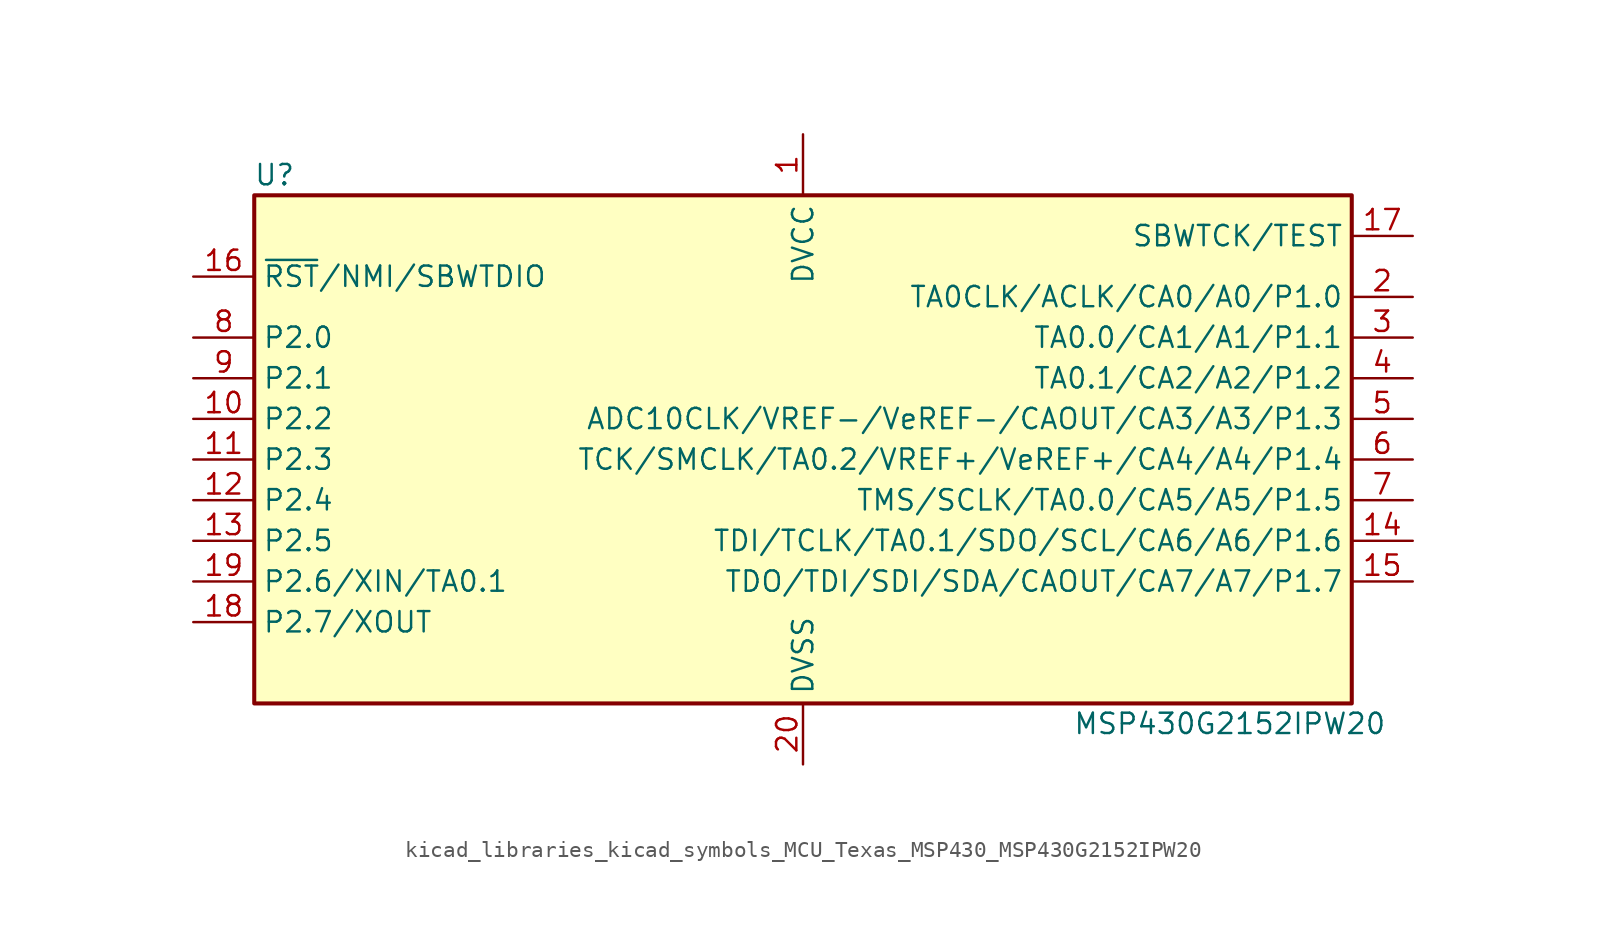
<source format=kicad_sym>
(kicad_symbol_lib
  (version 20220914)
  (generator kicad_symbol_editor)
  (symbol "kicad_libraries_kicad_symbols_MCU_Texas_MSP430_MSP430G2152IPW20"
    (property "Reference" "U"
      (at -33.02 17.78 0)
      (effects (font (size 1.27 1.27))))
    (property "Value" "MSP430G2152IPW20"
      (at 26.67 -16.51 0)
      (effects (font (size 1.27 1.27))))
    (symbol "kicad_libraries_kicad_symbols_MCU_Texas_MSP430_MSP430G2152IPW20_0_1"
      (rectangle (start -34.29 16.51) (end 34.29 -15.24) (stroke (width 0.254) (type default)) (fill (type background))))
    (symbol "kicad_libraries_kicad_symbols_MCU_Texas_MSP430_MSP430G2152IPW20_1_1"
      (pin power_in line (at 0 20.32 270) (length 3.81) (name "DVCC" (effects (font (size 1.27 1.27)))) (number "1" (effects (font (size 1.27 1.27)))))
      (pin bidirectional line (at -38.1 2.54 0) (length 3.81) (name "P2.2" (effects (font (size 1.27 1.27)))) (number "10" (effects (font (size 1.27 1.27)))))
      (pin bidirectional line (at -38.1 0 0) (length 3.81) (name "P2.3" (effects (font (size 1.27 1.27)))) (number "11" (effects (font (size 1.27 1.27)))))
      (pin bidirectional line (at -38.1 -2.54 0) (length 3.81) (name "P2.4" (effects (font (size 1.27 1.27)))) (number "12" (effects (font (size 1.27 1.27)))))
      (pin bidirectional line (at -38.1 -5.08 0) (length 3.81) (name "P2.5" (effects (font (size 1.27 1.27)))) (number "13" (effects (font (size 1.27 1.27)))))
      (pin bidirectional line (at 38.1 -5.08 180) (length 3.81) (name "TDI/TCLK/TA0.1/SDO/SCL/CA6/A6/P1.6" (effects (font (size 1.27 1.27)))) (number "14" (effects (font (size 1.27 1.27)))))
      (pin bidirectional line (at 38.1 -7.62 180) (length 3.81) (name "TDO/TDI/SDI/SDA/CAOUT/CA7/A7/P1.7" (effects (font (size 1.27 1.27)))) (number "15" (effects (font (size 1.27 1.27)))))
      (pin input line (at -38.1 11.43 0) (length 3.81) (name "~{RST}/NMI/SBWTDIO" (effects (font (size 1.27 1.27)))) (number "16" (effects (font (size 1.27 1.27)))))
      (pin input line (at 38.1 13.97 180) (length 3.81) (name "SBWTCK/TEST" (effects (font (size 1.27 1.27)))) (number "17" (effects (font (size 1.27 1.27)))))
      (pin bidirectional line (at -38.1 -10.16 0) (length 3.81) (name "P2.7/XOUT" (effects (font (size 1.27 1.27)))) (number "18" (effects (font (size 1.27 1.27)))))
      (pin bidirectional line (at -38.1 -7.62 0) (length 3.81) (name "P2.6/XIN/TA0.1" (effects (font (size 1.27 1.27)))) (number "19" (effects (font (size 1.27 1.27)))))
      (pin bidirectional line (at 38.1 10.16 180) (length 3.81) (name "TA0CLK/ACLK/CA0/A0/P1.0" (effects (font (size 1.27 1.27)))) (number "2" (effects (font (size 1.27 1.27)))))
      (pin power_in line (at 0 -19.05 90) (length 3.81) (name "DVSS" (effects (font (size 1.27 1.27)))) (number "20" (effects (font (size 1.27 1.27)))))
      (pin bidirectional line (at 38.1 7.62 180) (length 3.81) (name "TA0.0/CA1/A1/P1.1" (effects (font (size 1.27 1.27)))) (number "3" (effects (font (size 1.27 1.27)))))
      (pin bidirectional line (at 38.1 5.08 180) (length 3.81) (name "TA0.1/CA2/A2/P1.2" (effects (font (size 1.27 1.27)))) (number "4" (effects (font (size 1.27 1.27)))))
      (pin bidirectional line (at 38.1 2.54 180) (length 3.81) (name "ADC10CLK/VREF-/VeREF-/CAOUT/CA3/A3/P1.3" (effects (font (size 1.27 1.27)))) (number "5" (effects (font (size 1.27 1.27)))))
      (pin bidirectional line (at 38.1 0 180) (length 3.81) (name "TCK/SMCLK/TA0.2/VREF+/VeREF+/CA4/A4/P1.4" (effects (font (size 1.27 1.27)))) (number "6" (effects (font (size 1.27 1.27)))))
      (pin bidirectional line (at 38.1 -2.54 180) (length 3.81) (name "TMS/SCLK/TA0.0/CA5/A5/P1.5" (effects (font (size 1.27 1.27)))) (number "7" (effects (font (size 1.27 1.27)))))
      (pin bidirectional line (at -38.1 7.62 0) (length 3.81) (name "P2.0" (effects (font (size 1.27 1.27)))) (number "8" (effects (font (size 1.27 1.27)))))
      (pin bidirectional line (at -38.1 5.08 0) (length 3.81) (name "P2.1" (effects (font (size 1.27 1.27)))) (number "9" (effects (font (size 1.27 1.27))))))))
</source>
